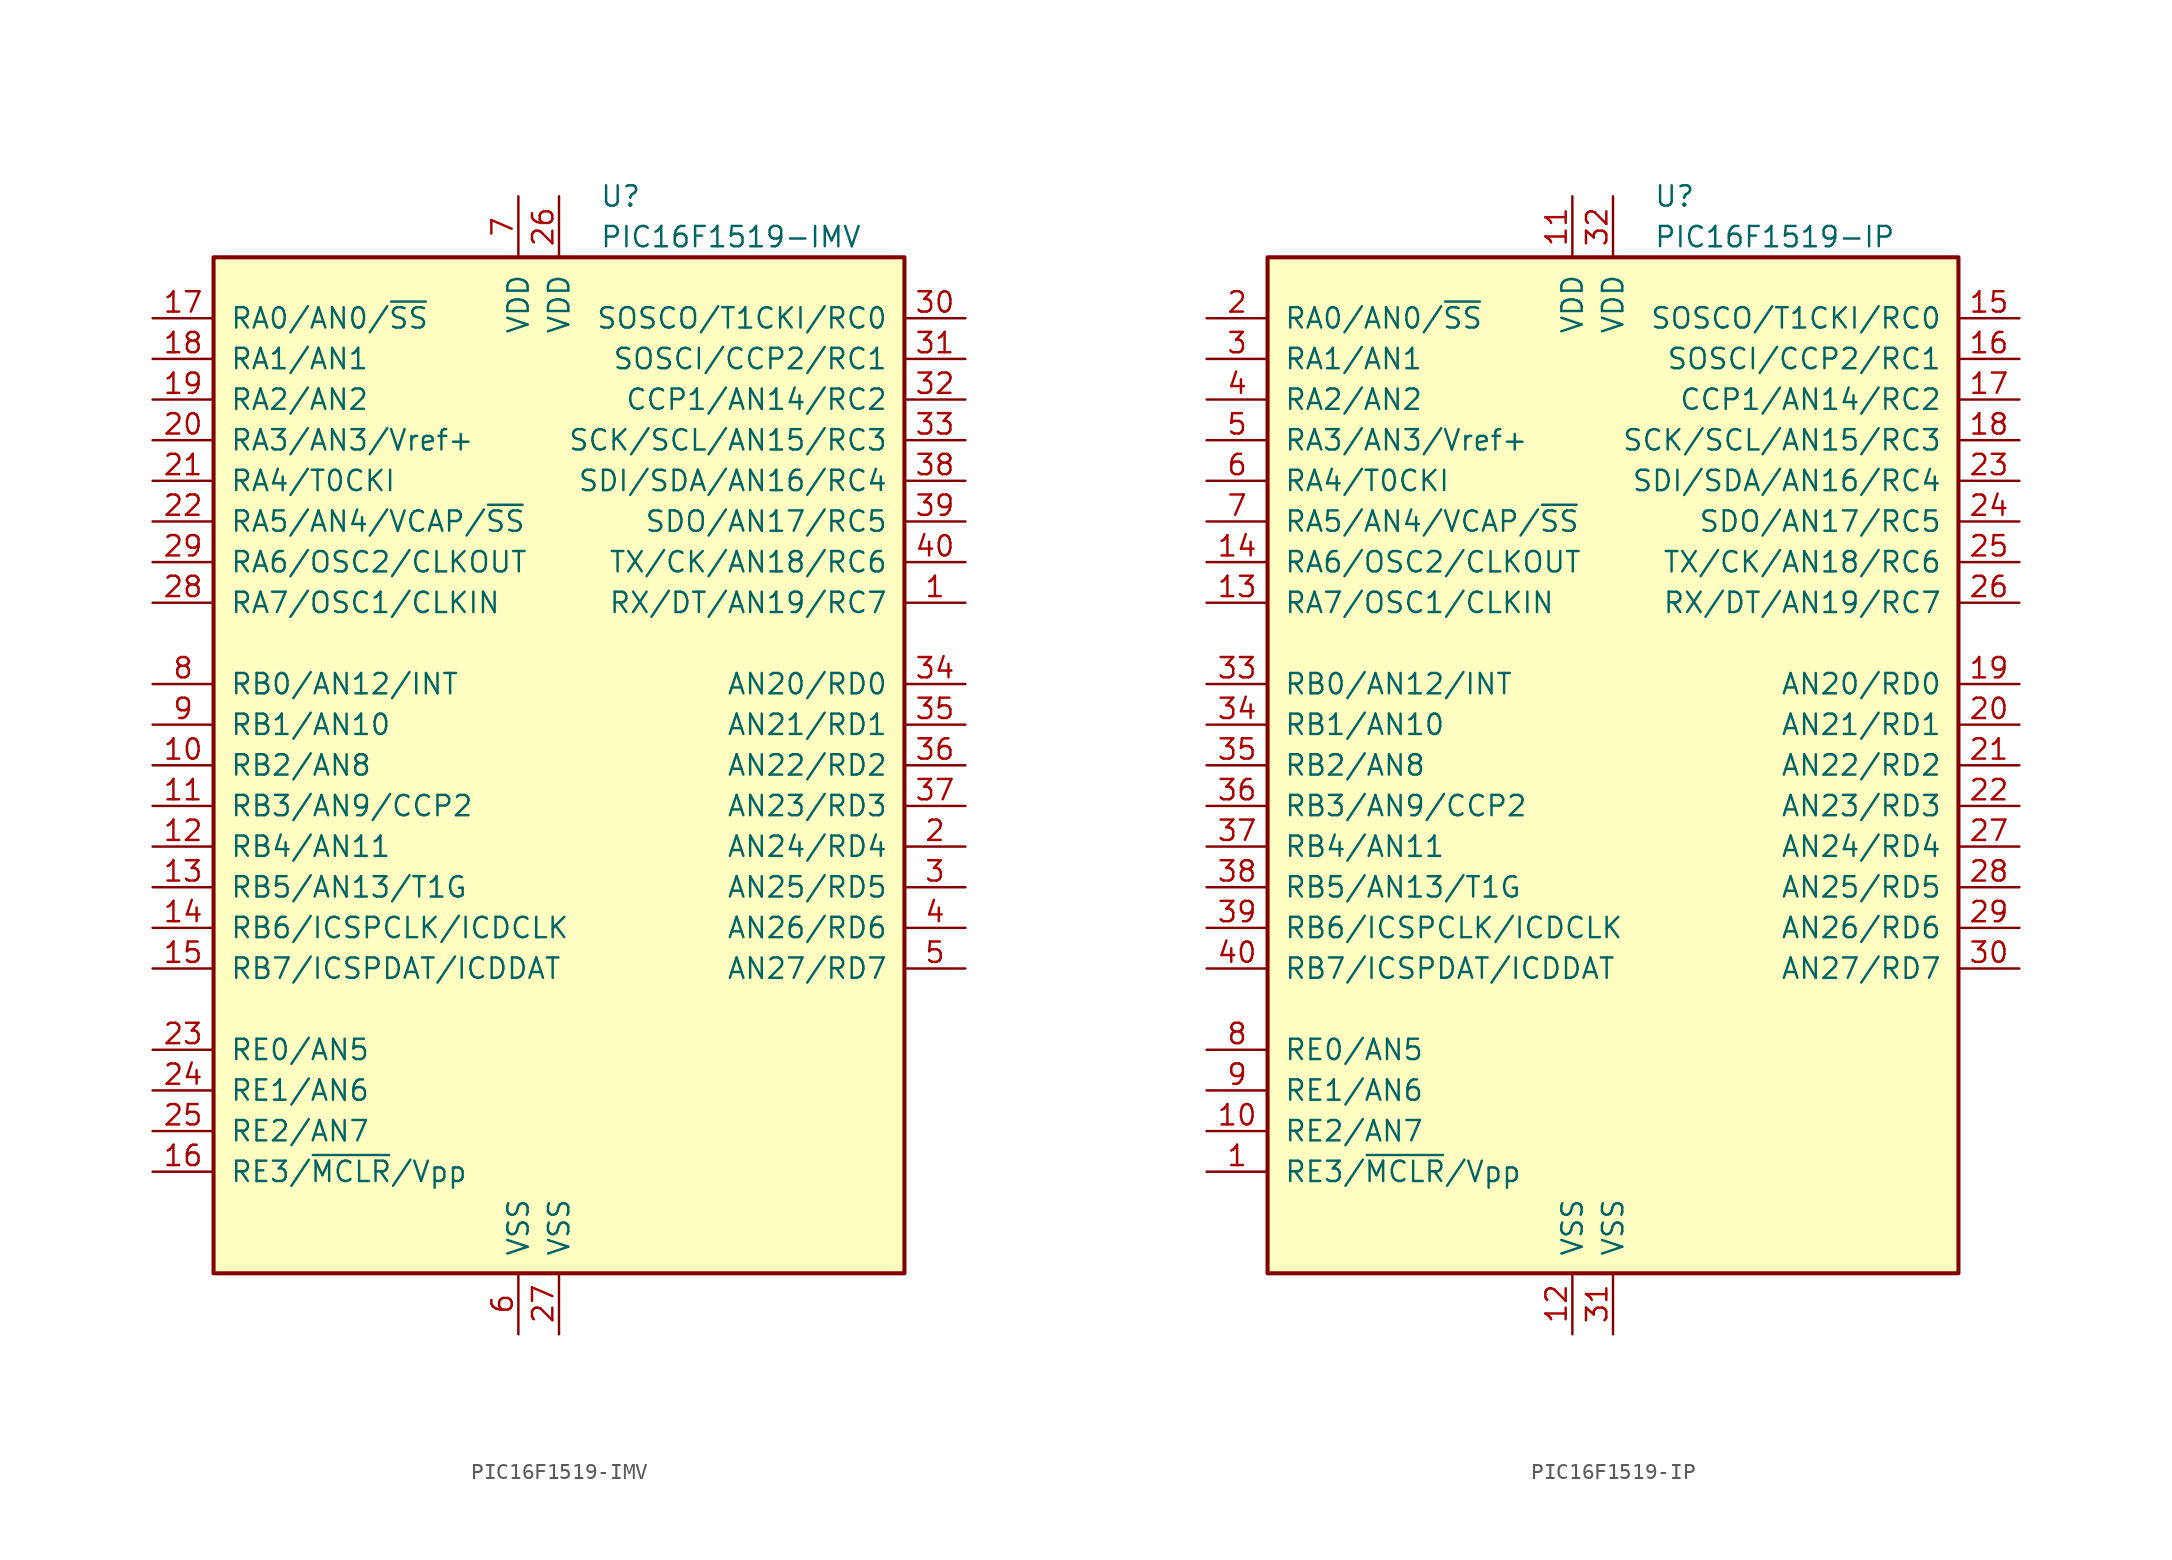
<source format=kicad_sym>
(kicad_symbol_lib
  (version 20201005)
  (generator kicad_symbol_editor)
  (symbol "MCU_Microchip_PIC16:PIC16F1519-IMV"
    (pin_names
      (offset 1.016))
    (property "Reference" "U"
      (at 2.54 35.56 0)
      (effects (font (size 1.27 1.27)) (justify left)))
    (property "Value" "PIC16F1519-IMV"
      (at 2.54 33.02 0)
      (effects (font (size 1.27 1.27)) (justify left)))
    (symbol "PIC16F1519-IMV_0_1"
      (rectangle (start -21.59 31.75) (end 21.59 -31.75) (stroke (width 0.254)) (fill (type background))))
    (symbol "PIC16F1519-IMV_1_1"
      (pin bidirectional line (at 25.4 10.16 180) (length 3.81) (name "RX/DT/AN19/RC7" (effects (font (size 1.27 1.27)))) (number "1" (effects (font (size 1.27 1.27)))))
      (pin bidirectional line (at -25.4 0 0) (length 3.81) (name "RB2/AN8" (effects (font (size 1.27 1.27)))) (number "10" (effects (font (size 1.27 1.27)))))
      (pin bidirectional line (at -25.4 -2.54 0) (length 3.81) (name "RB3/AN9/CCP2" (effects (font (size 1.27 1.27)))) (number "11" (effects (font (size 1.27 1.27)))))
      (pin bidirectional line (at -25.4 -5.08 0) (length 3.81) (name "RB4/AN11" (effects (font (size 1.27 1.27)))) (number "12" (effects (font (size 1.27 1.27)))))
      (pin bidirectional line (at -25.4 -7.62 0) (length 3.81) (name "RB5/AN13/T1G" (effects (font (size 1.27 1.27)))) (number "13" (effects (font (size 1.27 1.27)))))
      (pin bidirectional line (at -25.4 -10.16 0) (length 3.81) (name "RB6/ICSPCLK/ICDCLK" (effects (font (size 1.27 1.27)))) (number "14" (effects (font (size 1.27 1.27)))))
      (pin bidirectional line (at -25.4 -12.7 0) (length 3.81) (name "RB7/ICSPDAT/ICDDAT" (effects (font (size 1.27 1.27)))) (number "15" (effects (font (size 1.27 1.27)))))
      (pin input line (at -25.4 -25.4 0) (length 3.81) (name "RE3/~MCLR~/Vpp" (effects (font (size 1.27 1.27)))) (number "16" (effects (font (size 1.27 1.27)))))
      (pin bidirectional line (at -25.4 27.94 0) (length 3.81) (name "RA0/AN0/~SS" (effects (font (size 1.27 1.27)))) (number "17" (effects (font (size 1.27 1.27)))))
      (pin bidirectional line (at -25.4 25.4 0) (length 3.81) (name "RA1/AN1" (effects (font (size 1.27 1.27)))) (number "18" (effects (font (size 1.27 1.27)))))
      (pin bidirectional line (at -25.4 22.86 0) (length 3.81) (name "RA2/AN2" (effects (font (size 1.27 1.27)))) (number "19" (effects (font (size 1.27 1.27)))))
      (pin bidirectional line (at 25.4 -5.08 180) (length 3.81) (name "AN24/RD4" (effects (font (size 1.27 1.27)))) (number "2" (effects (font (size 1.27 1.27)))))
      (pin bidirectional line (at -25.4 20.32 0) (length 3.81) (name "RA3/AN3/Vref+" (effects (font (size 1.27 1.27)))) (number "20" (effects (font (size 1.27 1.27)))))
      (pin bidirectional line (at -25.4 17.78 0) (length 3.81) (name "RA4/T0CKI" (effects (font (size 1.27 1.27)))) (number "21" (effects (font (size 1.27 1.27)))))
      (pin bidirectional line (at -25.4 15.24 0) (length 3.81) (name "RA5/AN4/VCAP/~SS" (effects (font (size 1.27 1.27)))) (number "22" (effects (font (size 1.27 1.27)))))
      (pin bidirectional line (at -25.4 -17.78 0) (length 3.81) (name "RE0/AN5" (effects (font (size 1.27 1.27)))) (number "23" (effects (font (size 1.27 1.27)))))
      (pin bidirectional line (at -25.4 -20.32 0) (length 3.81) (name "RE1/AN6" (effects (font (size 1.27 1.27)))) (number "24" (effects (font (size 1.27 1.27)))))
      (pin bidirectional line (at -25.4 -22.86 0) (length 3.81) (name "RE2/AN7" (effects (font (size 1.27 1.27)))) (number "25" (effects (font (size 1.27 1.27)))))
      (pin power_in line (at 0 35.56 270) (length 3.81) (name "VDD" (effects (font (size 1.27 1.27)))) (number "26" (effects (font (size 1.27 1.27)))))
      (pin power_in line (at 0 -35.56 90) (length 3.81) (name "VSS" (effects (font (size 1.27 1.27)))) (number "27" (effects (font (size 1.27 1.27)))))
      (pin bidirectional line (at -25.4 10.16 0) (length 3.81) (name "RA7/OSC1/CLKIN" (effects (font (size 1.27 1.27)))) (number "28" (effects (font (size 1.27 1.27)))))
      (pin bidirectional line (at -25.4 12.7 0) (length 3.81) (name "RA6/OSC2/CLKOUT" (effects (font (size 1.27 1.27)))) (number "29" (effects (font (size 1.27 1.27)))))
      (pin bidirectional line (at 25.4 -7.62 180) (length 3.81) (name "AN25/RD5" (effects (font (size 1.27 1.27)))) (number "3" (effects (font (size 1.27 1.27)))))
      (pin bidirectional line (at 25.4 27.94 180) (length 3.81) (name "SOSCO/T1CKI/RC0" (effects (font (size 1.27 1.27)))) (number "30" (effects (font (size 1.27 1.27)))))
      (pin bidirectional line (at 25.4 25.4 180) (length 3.81) (name "SOSCI/CCP2/RC1" (effects (font (size 1.27 1.27)))) (number "31" (effects (font (size 1.27 1.27)))))
      (pin bidirectional line (at 25.4 22.86 180) (length 3.81) (name "CCP1/AN14/RC2" (effects (font (size 1.27 1.27)))) (number "32" (effects (font (size 1.27 1.27)))))
      (pin bidirectional line (at 25.4 20.32 180) (length 3.81) (name "SCK/SCL/AN15/RC3" (effects (font (size 1.27 1.27)))) (number "33" (effects (font (size 1.27 1.27)))))
      (pin bidirectional line (at 25.4 5.08 180) (length 3.81) (name "AN20/RD0" (effects (font (size 1.27 1.27)))) (number "34" (effects (font (size 1.27 1.27)))))
      (pin bidirectional line (at 25.4 2.54 180) (length 3.81) (name "AN21/RD1" (effects (font (size 1.27 1.27)))) (number "35" (effects (font (size 1.27 1.27)))))
      (pin bidirectional line (at 25.4 0 180) (length 3.81) (name "AN22/RD2" (effects (font (size 1.27 1.27)))) (number "36" (effects (font (size 1.27 1.27)))))
      (pin bidirectional line (at 25.4 -2.54 180) (length 3.81) (name "AN23/RD3" (effects (font (size 1.27 1.27)))) (number "37" (effects (font (size 1.27 1.27)))))
      (pin bidirectional line (at 25.4 17.78 180) (length 3.81) (name "SDI/SDA/AN16/RC4" (effects (font (size 1.27 1.27)))) (number "38" (effects (font (size 1.27 1.27)))))
      (pin bidirectional line (at 25.4 15.24 180) (length 3.81) (name "SDO/AN17/RC5" (effects (font (size 1.27 1.27)))) (number "39" (effects (font (size 1.27 1.27)))))
      (pin bidirectional line (at 25.4 -10.16 180) (length 3.81) (name "AN26/RD6" (effects (font (size 1.27 1.27)))) (number "4" (effects (font (size 1.27 1.27)))))
      (pin bidirectional line (at 25.4 12.7 180) (length 3.81) (name "TX/CK/AN18/RC6" (effects (font (size 1.27 1.27)))) (number "40" (effects (font (size 1.27 1.27)))))
      (pin bidirectional line (at 25.4 -12.7 180) (length 3.81) (name "AN27/RD7" (effects (font (size 1.27 1.27)))) (number "5" (effects (font (size 1.27 1.27)))))
      (pin power_in line (at -2.54 -35.56 90) (length 3.81) (name "VSS" (effects (font (size 1.27 1.27)))) (number "6" (effects (font (size 1.27 1.27)))))
      (pin power_in line (at -2.54 35.56 270) (length 3.81) (name "VDD" (effects (font (size 1.27 1.27)))) (number "7" (effects (font (size 1.27 1.27)))))
      (pin bidirectional line (at -25.4 5.08 0) (length 3.81) (name "RB0/AN12/INT" (effects (font (size 1.27 1.27)))) (number "8" (effects (font (size 1.27 1.27)))))
      (pin bidirectional line (at -25.4 2.54 0) (length 3.81) (name "RB1/AN10" (effects (font (size 1.27 1.27)))) (number "9" (effects (font (size 1.27 1.27)))))))
  (symbol "MCU_Microchip_PIC16:PIC16F1519-IP"
    (pin_names
      (offset 1.016))
    (property "Reference" "U"
      (at 2.54 35.56 0)
      (effects (font (size 1.27 1.27)) (justify left)))
    (property "Value" "PIC16F1519-IP"
      (at 2.54 33.02 0)
      (effects (font (size 1.27 1.27)) (justify left)))
    (symbol "PIC16F1519-IP_0_1"
      (rectangle (start -21.59 31.75) (end 21.59 -31.75) (stroke (width 0.254)) (fill (type background))))
    (symbol "PIC16F1519-IP_1_1"
      (pin input line (at -25.4 -25.4 0) (length 3.81) (name "RE3/~MCLR~/Vpp" (effects (font (size 1.27 1.27)))) (number "1" (effects (font (size 1.27 1.27)))))
      (pin bidirectional line (at -25.4 -22.86 0) (length 3.81) (name "RE2/AN7" (effects (font (size 1.27 1.27)))) (number "10" (effects (font (size 1.27 1.27)))))
      (pin power_in line (at -2.54 35.56 270) (length 3.81) (name "VDD" (effects (font (size 1.27 1.27)))) (number "11" (effects (font (size 1.27 1.27)))))
      (pin power_in line (at -2.54 -35.56 90) (length 3.81) (name "VSS" (effects (font (size 1.27 1.27)))) (number "12" (effects (font (size 1.27 1.27)))))
      (pin bidirectional line (at -25.4 10.16 0) (length 3.81) (name "RA7/OSC1/CLKIN" (effects (font (size 1.27 1.27)))) (number "13" (effects (font (size 1.27 1.27)))))
      (pin bidirectional line (at -25.4 12.7 0) (length 3.81) (name "RA6/OSC2/CLKOUT" (effects (font (size 1.27 1.27)))) (number "14" (effects (font (size 1.27 1.27)))))
      (pin bidirectional line (at 25.4 27.94 180) (length 3.81) (name "SOSCO/T1CKI/RC0" (effects (font (size 1.27 1.27)))) (number "15" (effects (font (size 1.27 1.27)))))
      (pin bidirectional line (at 25.4 25.4 180) (length 3.81) (name "SOSCI/CCP2/RC1" (effects (font (size 1.27 1.27)))) (number "16" (effects (font (size 1.27 1.27)))))
      (pin bidirectional line (at 25.4 22.86 180) (length 3.81) (name "CCP1/AN14/RC2" (effects (font (size 1.27 1.27)))) (number "17" (effects (font (size 1.27 1.27)))))
      (pin bidirectional line (at 25.4 20.32 180) (length 3.81) (name "SCK/SCL/AN15/RC3" (effects (font (size 1.27 1.27)))) (number "18" (effects (font (size 1.27 1.27)))))
      (pin bidirectional line (at 25.4 5.08 180) (length 3.81) (name "AN20/RD0" (effects (font (size 1.27 1.27)))) (number "19" (effects (font (size 1.27 1.27)))))
      (pin bidirectional line (at -25.4 27.94 0) (length 3.81) (name "RA0/AN0/~SS" (effects (font (size 1.27 1.27)))) (number "2" (effects (font (size 1.27 1.27)))))
      (pin bidirectional line (at 25.4 2.54 180) (length 3.81) (name "AN21/RD1" (effects (font (size 1.27 1.27)))) (number "20" (effects (font (size 1.27 1.27)))))
      (pin bidirectional line (at 25.4 0 180) (length 3.81) (name "AN22/RD2" (effects (font (size 1.27 1.27)))) (number "21" (effects (font (size 1.27 1.27)))))
      (pin bidirectional line (at 25.4 -2.54 180) (length 3.81) (name "AN23/RD3" (effects (font (size 1.27 1.27)))) (number "22" (effects (font (size 1.27 1.27)))))
      (pin bidirectional line (at 25.4 17.78 180) (length 3.81) (name "SDI/SDA/AN16/RC4" (effects (font (size 1.27 1.27)))) (number "23" (effects (font (size 1.27 1.27)))))
      (pin bidirectional line (at 25.4 15.24 180) (length 3.81) (name "SDO/AN17/RC5" (effects (font (size 1.27 1.27)))) (number "24" (effects (font (size 1.27 1.27)))))
      (pin bidirectional line (at 25.4 12.7 180) (length 3.81) (name "TX/CK/AN18/RC6" (effects (font (size 1.27 1.27)))) (number "25" (effects (font (size 1.27 1.27)))))
      (pin bidirectional line (at 25.4 10.16 180) (length 3.81) (name "RX/DT/AN19/RC7" (effects (font (size 1.27 1.27)))) (number "26" (effects (font (size 1.27 1.27)))))
      (pin bidirectional line (at 25.4 -5.08 180) (length 3.81) (name "AN24/RD4" (effects (font (size 1.27 1.27)))) (number "27" (effects (font (size 1.27 1.27)))))
      (pin bidirectional line (at 25.4 -7.62 180) (length 3.81) (name "AN25/RD5" (effects (font (size 1.27 1.27)))) (number "28" (effects (font (size 1.27 1.27)))))
      (pin bidirectional line (at 25.4 -10.16 180) (length 3.81) (name "AN26/RD6" (effects (font (size 1.27 1.27)))) (number "29" (effects (font (size 1.27 1.27)))))
      (pin bidirectional line (at -25.4 25.4 0) (length 3.81) (name "RA1/AN1" (effects (font (size 1.27 1.27)))) (number "3" (effects (font (size 1.27 1.27)))))
      (pin bidirectional line (at 25.4 -12.7 180) (length 3.81) (name "AN27/RD7" (effects (font (size 1.27 1.27)))) (number "30" (effects (font (size 1.27 1.27)))))
      (pin power_in line (at 0 -35.56 90) (length 3.81) (name "VSS" (effects (font (size 1.27 1.27)))) (number "31" (effects (font (size 1.27 1.27)))))
      (pin power_in line (at 0 35.56 270) (length 3.81) (name "VDD" (effects (font (size 1.27 1.27)))) (number "32" (effects (font (size 1.27 1.27)))))
      (pin bidirectional line (at -25.4 5.08 0) (length 3.81) (name "RB0/AN12/INT" (effects (font (size 1.27 1.27)))) (number "33" (effects (font (size 1.27 1.27)))))
      (pin bidirectional line (at -25.4 2.54 0) (length 3.81) (name "RB1/AN10" (effects (font (size 1.27 1.27)))) (number "34" (effects (font (size 1.27 1.27)))))
      (pin bidirectional line (at -25.4 0 0) (length 3.81) (name "RB2/AN8" (effects (font (size 1.27 1.27)))) (number "35" (effects (font (size 1.27 1.27)))))
      (pin bidirectional line (at -25.4 -2.54 0) (length 3.81) (name "RB3/AN9/CCP2" (effects (font (size 1.27 1.27)))) (number "36" (effects (font (size 1.27 1.27)))))
      (pin bidirectional line (at -25.4 -5.08 0) (length 3.81) (name "RB4/AN11" (effects (font (size 1.27 1.27)))) (number "37" (effects (font (size 1.27 1.27)))))
      (pin bidirectional line (at -25.4 -7.62 0) (length 3.81) (name "RB5/AN13/T1G" (effects (font (size 1.27 1.27)))) (number "38" (effects (font (size 1.27 1.27)))))
      (pin bidirectional line (at -25.4 -10.16 0) (length 3.81) (name "RB6/ICSPCLK/ICDCLK" (effects (font (size 1.27 1.27)))) (number "39" (effects (font (size 1.27 1.27)))))
      (pin bidirectional line (at -25.4 22.86 0) (length 3.81) (name "RA2/AN2" (effects (font (size 1.27 1.27)))) (number "4" (effects (font (size 1.27 1.27)))))
      (pin bidirectional line (at -25.4 -12.7 0) (length 3.81) (name "RB7/ICSPDAT/ICDDAT" (effects (font (size 1.27 1.27)))) (number "40" (effects (font (size 1.27 1.27)))))
      (pin bidirectional line (at -25.4 20.32 0) (length 3.81) (name "RA3/AN3/Vref+" (effects (font (size 1.27 1.27)))) (number "5" (effects (font (size 1.27 1.27)))))
      (pin bidirectional line (at -25.4 17.78 0) (length 3.81) (name "RA4/T0CKI" (effects (font (size 1.27 1.27)))) (number "6" (effects (font (size 1.27 1.27)))))
      (pin bidirectional line (at -25.4 15.24 0) (length 3.81) (name "RA5/AN4/VCAP/~SS" (effects (font (size 1.27 1.27)))) (number "7" (effects (font (size 1.27 1.27)))))
      (pin bidirectional line (at -25.4 -17.78 0) (length 3.81) (name "RE0/AN5" (effects (font (size 1.27 1.27)))) (number "8" (effects (font (size 1.27 1.27)))))
      (pin bidirectional line (at -25.4 -20.32 0) (length 3.81) (name "RE1/AN6" (effects (font (size 1.27 1.27)))) (number "9" (effects (font (size 1.27 1.27))))))))
</source>
